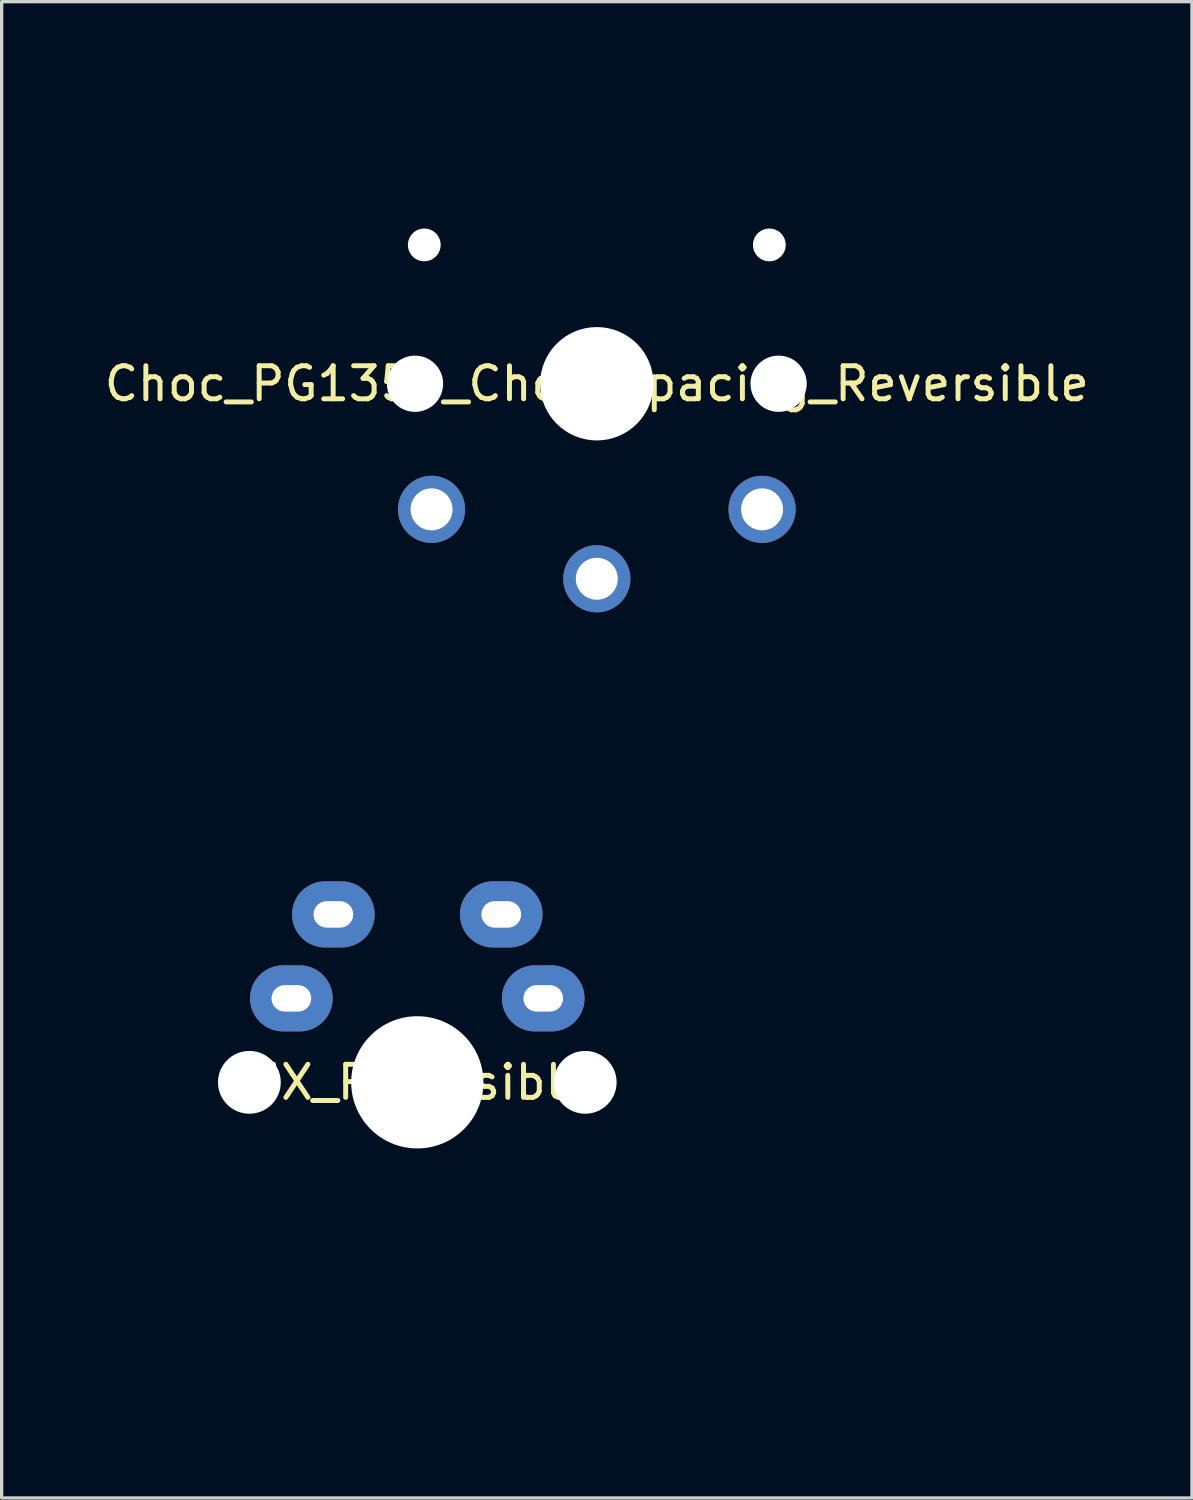
<source format=kicad_pcb>
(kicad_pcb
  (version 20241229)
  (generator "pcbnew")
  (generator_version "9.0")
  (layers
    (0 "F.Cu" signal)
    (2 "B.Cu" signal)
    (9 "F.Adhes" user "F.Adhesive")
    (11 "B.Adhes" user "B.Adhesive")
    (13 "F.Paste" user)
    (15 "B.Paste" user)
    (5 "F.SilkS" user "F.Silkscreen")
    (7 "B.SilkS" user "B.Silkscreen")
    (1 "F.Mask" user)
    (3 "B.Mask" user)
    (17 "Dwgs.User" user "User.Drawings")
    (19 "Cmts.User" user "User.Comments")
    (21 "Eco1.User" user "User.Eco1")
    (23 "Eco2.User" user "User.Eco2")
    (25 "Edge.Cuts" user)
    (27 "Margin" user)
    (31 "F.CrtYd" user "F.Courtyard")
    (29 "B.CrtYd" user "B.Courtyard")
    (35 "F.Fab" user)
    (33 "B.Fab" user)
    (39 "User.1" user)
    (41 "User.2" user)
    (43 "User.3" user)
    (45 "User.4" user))
  (footprint "Choc_PG1350_Choc_Spacing_Reversible"
    (layer "F.Cu")
    (at 15.006 8.56)
    (property "Reference" "Choc_PG1350_Choc_Spacing_Reversible" (at 0 0 0) (layer "F.SilkS") (effects (font (size 1 1) (thickness 0.15))))
    (attr through_hole)
    (fp_line (start -9 -8.5) (end 9 -8.5) (stroke (width 0.12) (type solid)) (layer "Eco1.User"))
    (fp_line (start -9 8.5) (end -9 -8.5) (stroke (width 0.12) (type solid)) (layer "Eco1.User"))
    (fp_line (start 9 -8.5) (end 9 8.5) (stroke (width 0.12) (type solid)) (layer "Eco1.User"))
    (fp_line (start 9 8.5) (end -9 8.5) (stroke (width 0.12) (type solid)) (layer "Eco1.User"))
    (fp_line (start -6.9 6.9) (end -6.9 -6.9) (stroke (width 0.15) (type solid)) (layer "Eco2.User"))
    (fp_line (start -6.9 6.9) (end 6.9 6.9) (stroke (width 0.15) (type solid)) (layer "Eco2.User"))
    (fp_line (start -2.6 -3.1) (end -2.6 -6.3) (stroke (width 0.15) (type solid)) (layer "Eco2.User"))
    (fp_line (start -2.6 -3.1) (end 2.6 -3.1) (stroke (width 0.15) (type solid)) (layer "Eco2.User"))
    (fp_line (start 2.6 -6.3) (end -2.6 -6.3) (stroke (width 0.15) (type solid)) (layer "Eco2.User"))
    (fp_line (start 2.6 -3.1) (end 2.6 -6.3) (stroke (width 0.15) (type solid)) (layer "Eco2.User"))
    (fp_line (start 6.9 -6.9) (end -6.9 -6.9) (stroke (width 0.15) (type solid)) (layer "Eco2.User"))
    (fp_line (start 6.9 -6.9) (end 6.9 6.9) (stroke (width 0.15) (type solid)) (layer "Eco2.User"))
    (pad "" np_thru_hole circle (at -5.5 0) (size 1.702 1.702) (drill 1.702) (layers "*.Cu" "*.Mask"))
    (pad "" np_thru_hole circle (at -5.22 -4.2) (size 0.991 0.991) (drill 0.991) (layers "*.Cu" "*.Mask"))
    (pad "" np_thru_hole circle (at 0 0) (size 3.429 3.429) (drill 3.429) (layers "*.Cu" "*.Mask"))
    (pad "" np_thru_hole circle (at 5.22 -4.2) (size 0.991 0.991) (drill 0.991) (layers "*.Cu" "*.Mask"))
    (pad "" np_thru_hole circle (at 5.5 0) (size 1.702 1.702) (drill 1.702) (layers "*.Cu" "*.Mask"))
    (pad "1" thru_hole circle (at 0 5.9) (size 2.032 2.032) (drill 1.27) (layers "*.Cu" "*.Mask"))
    (pad "2" thru_hole circle (at -5 3.8) (size 2.032 2.032) (drill 1.27) (layers "*.Cu" "*.Mask"))
    (pad "2" thru_hole circle (at 5 3.8 270) (size 2.032 2.032) (drill 1.27) (layers "*.Cu" "*.Mask")))
  (footprint "MX_Reversible"
    (layer "F.Cu")
    (at 9.575 29.695)
    (property "Reference" "MX_Reversible" (at 0 0 0) (layer "F.SilkS") (effects (font (size 1 1) (thickness 0.15))))
    (attr through_hole)
    (fp_line (start -9.5 -9.5) (end 9.5 -9.5) (stroke (width 0.15) (type solid)) (layer "Eco1.User"))
    (fp_line (start -9.5 9.5) (end -9.5 -9.5) (stroke (width 0.15) (type solid)) (layer "Eco1.User"))
    (fp_line (start 9.5 -9.5) (end 9.5 9.5) (stroke (width 0.15) (type solid)) (layer "Eco1.User"))
    (fp_line (start 9.5 9.5) (end -9.5 9.5) (stroke (width 0.15) (type solid)) (layer "Eco1.User"))
    (fp_line (start -7 -7) (end 7 -7) (stroke (width 0.15) (type solid)) (layer "Eco2.User"))
    (fp_line (start -7 7) (end -7 -7) (stroke (width 0.15) (type solid)) (layer "Eco2.User"))
    (fp_line (start 7 7) (end -7 7) (stroke (width 0.15) (type solid)) (layer "Eco2.User"))
    (fp_line (start 7 7) (end 7 -7) (stroke (width 0.15) (type solid)) (layer "Eco2.User"))
    (pad "" np_thru_hole circle (at -5.08 0 90) (size 1.9 1.9) (drill 1.9) (layers "*.Cu" "*.Mask"))
    (pad "" np_thru_hole circle (at 0 0 90) (size 4 4) (drill 4) (layers "*.Cu" "*.Mask"))
    (pad "" np_thru_hole circle (at 5.08 0 90) (size 1.9 1.9) (drill 1.9) (layers "*.Cu" "*.Mask"))
    (pad "1" thru_hole oval (at -3.81 -2.54) (size 2.5 2) (drill oval 1.2 0.8) (layers "*.Cu" "*.Mask"))
    (pad "1" thru_hole oval (at 3.81 -2.54) (size 2.5 2) (drill oval 1.2 0.8) (layers "*.Cu" "*.Mask"))
    (pad "2" thru_hole oval (at -2.54 -5.08) (size 2.5 2) (drill oval 1.2 0.8) (layers "*.Cu" "*.Mask"))
    (pad "2" thru_hole oval (at 2.54 -5.08) (size 2.5 2) (drill oval 1.2 0.8) (layers "*.Cu" "*.Mask")))
  (gr_rect
    (start -3 -3)
    (end 33.012 42.27)
    (stroke (width 0.1) (type default))
    (fill no)
    (layer "Edge.Cuts")))
</source>
